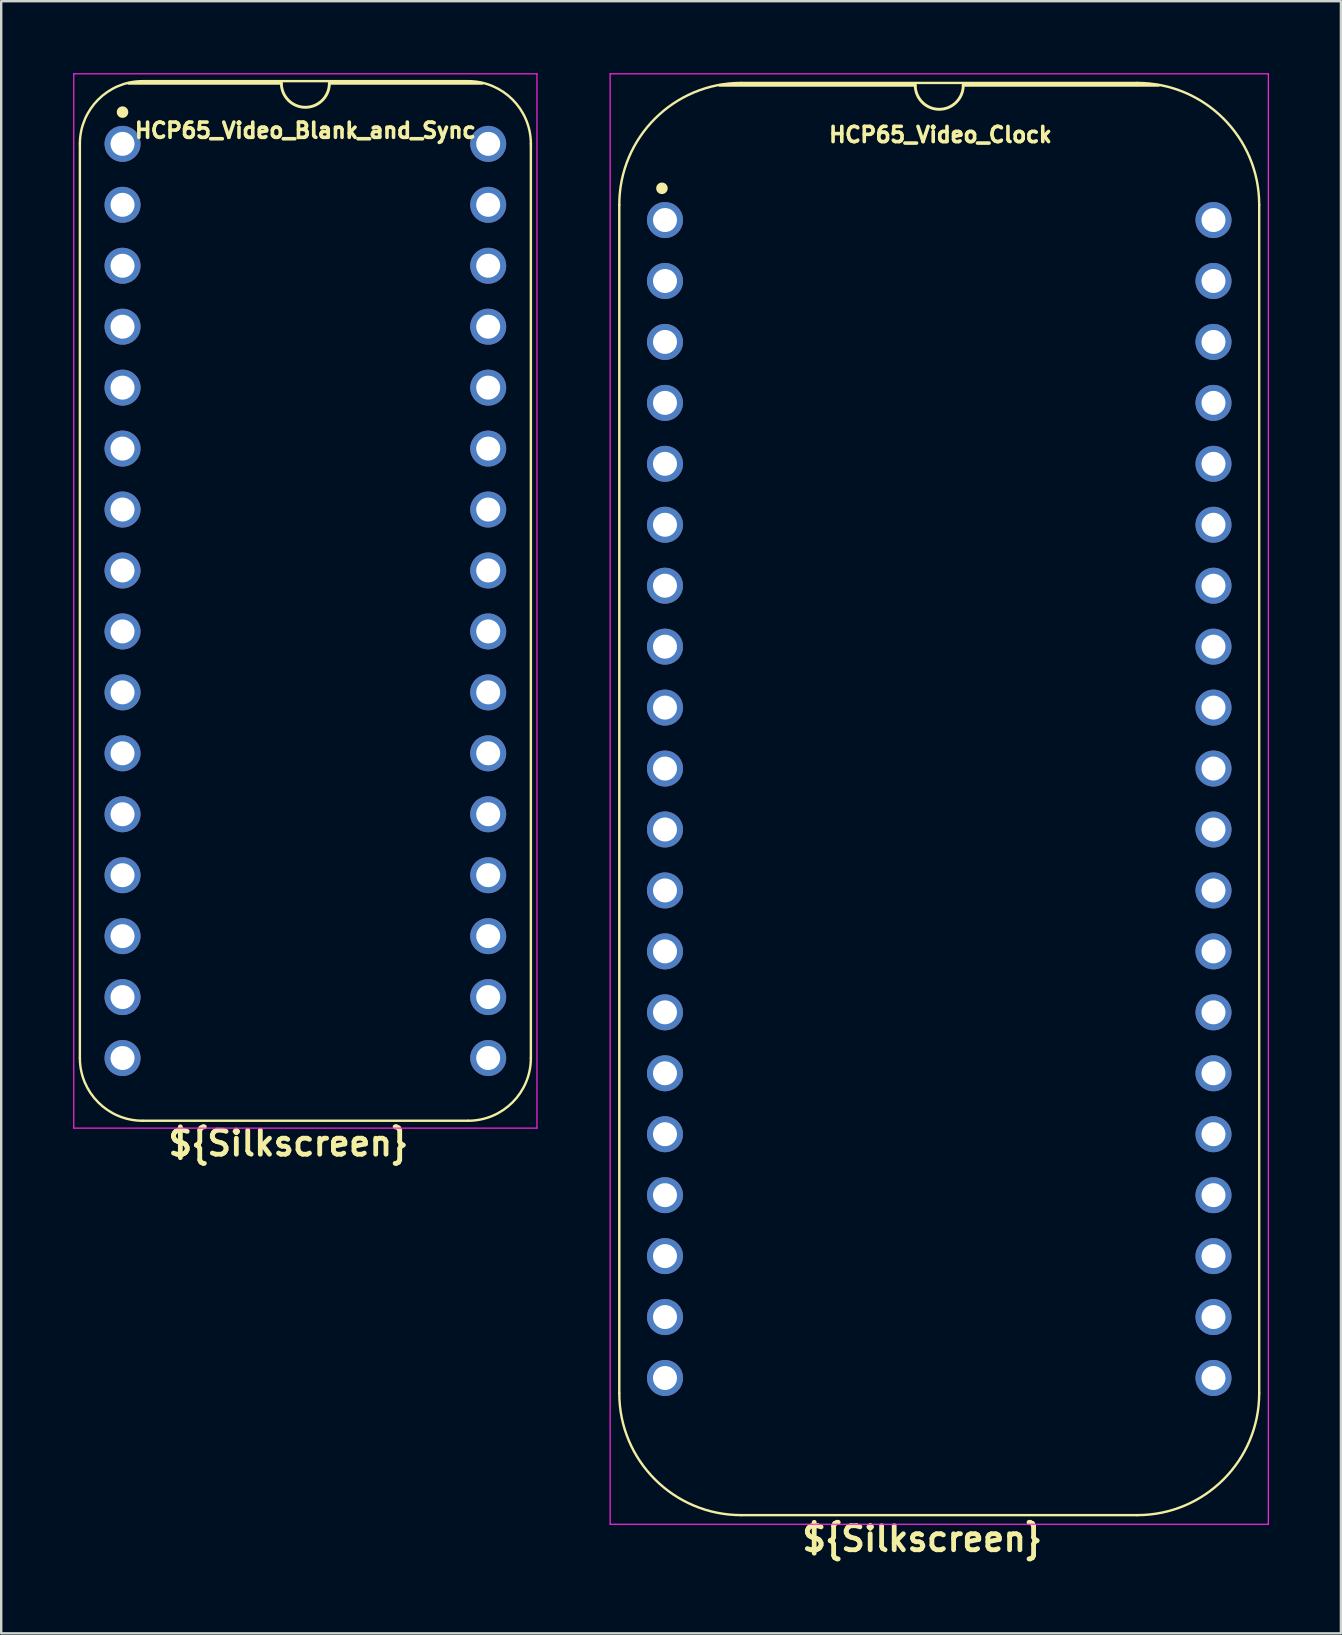
<source format=kicad_pcb>
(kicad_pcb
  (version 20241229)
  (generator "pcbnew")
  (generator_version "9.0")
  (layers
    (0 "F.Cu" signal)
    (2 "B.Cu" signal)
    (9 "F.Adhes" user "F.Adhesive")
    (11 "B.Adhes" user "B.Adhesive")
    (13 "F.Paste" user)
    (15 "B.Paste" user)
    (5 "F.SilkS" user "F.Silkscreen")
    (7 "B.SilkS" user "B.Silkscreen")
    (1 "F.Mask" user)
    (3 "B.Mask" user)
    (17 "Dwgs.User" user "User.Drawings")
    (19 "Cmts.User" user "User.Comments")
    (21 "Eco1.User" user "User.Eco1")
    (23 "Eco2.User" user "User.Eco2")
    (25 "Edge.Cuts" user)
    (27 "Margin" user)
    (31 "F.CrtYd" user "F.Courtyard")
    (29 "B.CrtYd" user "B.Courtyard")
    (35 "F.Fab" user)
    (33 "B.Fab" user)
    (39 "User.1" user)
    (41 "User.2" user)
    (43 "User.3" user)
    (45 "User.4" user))
  (footprint "HCP65_Video_Blank_and_Sync"
    (layer "F.Cu")
    (at 2.057 2.946)
    (property "Reference" "HCP65_Video_Blank_and_Sync" (at 7.62 -0.559 0) (layer "F.SilkS") (effects (font (size 0.635 0.635) (thickness 0.15))))
    (property "Silkscreen" "${Silkscreen}" (at 6.909 41.656 0) (layer "F.SilkS") (effects (font (size 1 1) (thickness 0.2))))
    (attr through_hole)
    (fp_line (start -1.778 38.1) (end -1.778 0) (stroke (width 0.1) (type solid)) (layer "F.SilkS"))
    (fp_line (start 0.836 -2.614) (end 14.404 -2.614) (stroke (width 0.1) (type solid)) (layer "F.SilkS"))
    (fp_line (start 6.62 -2.524) (end 0.254 -2.524) (stroke (width 0.12) (type solid)) (layer "F.SilkS"))
    (fp_line (start 14.404 40.714) (end 0.836 40.714) (stroke (width 0.1) (type solid)) (layer "F.SilkS"))
    (fp_line (start 14.986 -2.524) (end 8.62 -2.524) (stroke (width 0.12) (type solid)) (layer "F.SilkS"))
    (fp_line (start 17.018 38.1) (end 17.018 -0.000001) (stroke (width 0.1) (type solid)) (layer "F.SilkS"))
    (fp_arc (start -1.778 0) (mid -1.012456 -1.848188) (end 0.835732 -2.613732) (stroke (width 0.1) (type solid)) (layer "F.SilkS"))
    (fp_arc (start 0.835733 40.713733) (mid -1.012456 39.948189) (end -1.778 38.1) (stroke (width 0.1) (type solid)) (layer "F.SilkS"))
    (fp_arc (start 8.62 -2.524) (mid 7.62 -1.524) (end 6.62 -2.524) (stroke (width 0.12) (type solid)) (layer "F.SilkS"))
    (fp_arc (start 14.404267 -2.613733) (mid 16.252455 -1.848189) (end 17.017999 -0.000001) (stroke (width 0.1) (type solid)) (layer "F.SilkS"))
    (fp_arc (start 17.018 38.1) (mid 16.252455 39.948187) (end 14.404268 40.713732) (stroke (width 0.1) (type solid)) (layer "F.SilkS"))
    (fp_circle (center 0 -1.323) (end 0.18 -1.323) (stroke (width 0.12) (type solid)) (fill yes) (layer "F.SilkS"))
    (fp_line (start -2.032 -2.921) (end -2.032 41.021) (stroke (width 0.05) (type solid)) (layer "F.CrtYd"))
    (fp_line (start -2.032 -2.921) (end 17.272 -2.921) (stroke (width 0.05) (type solid)) (layer "F.CrtYd"))
    (fp_line (start -2.032 41.021) (end 17.272 41.021) (stroke (width 0.05) (type solid)) (layer "F.CrtYd"))
    (fp_line (start 17.272 -2.921) (end 17.272 41.021) (stroke (width 0.05) (type solid)) (layer "F.CrtYd"))
    (pad "1" thru_hole circle (at 0 0) (size 1.5 1.5) (drill 1) (layers "*.Cu" "*.Mask"))
    (pad "2" thru_hole circle (at 0 2.54) (size 1.5 1.5) (drill 1) (layers "*.Cu" "*.Mask"))
    (pad "3" thru_hole circle (at 0 5.08) (size 1.5 1.5) (drill 1) (layers "*.Cu" "*.Mask"))
    (pad "4" thru_hole circle (at 0 7.62) (size 1.5 1.5) (drill 1) (layers "*.Cu" "*.Mask"))
    (pad "5" thru_hole circle (at 0 10.16) (size 1.5 1.5) (drill 1) (layers "*.Cu" "*.Mask"))
    (pad "6" thru_hole circle (at 0 12.7) (size 1.5 1.5) (drill 1) (layers "*.Cu" "*.Mask"))
    (pad "7" thru_hole circle (at 0 15.24) (size 1.5 1.5) (drill 1) (layers "*.Cu" "*.Mask"))
    (pad "8" thru_hole circle (at 0 17.78) (size 1.5 1.5) (drill 1) (layers "*.Cu" "*.Mask"))
    (pad "9" thru_hole circle (at 0 20.32) (size 1.5 1.5) (drill 1) (layers "*.Cu" "*.Mask"))
    (pad "10" thru_hole circle (at 0 22.86) (size 1.5 1.5) (drill 1) (layers "*.Cu" "*.Mask"))
    (pad "11" thru_hole circle (at 0 25.4) (size 1.5 1.5) (drill 1) (layers "*.Cu" "*.Mask"))
    (pad "12" thru_hole circle (at 0 27.94) (size 1.5 1.5) (drill 1) (layers "*.Cu" "*.Mask"))
    (pad "13" thru_hole circle (at 0 30.48) (size 1.5 1.5) (drill 1) (layers "*.Cu" "*.Mask"))
    (pad "14" thru_hole circle (at 0 33.02) (size 1.5 1.5) (drill 1) (layers "*.Cu" "*.Mask"))
    (pad "15" thru_hole circle (at 0 35.56) (size 1.5 1.5) (drill 1) (layers "*.Cu" "*.Mask"))
    (pad "16" thru_hole circle (at 0 38.1) (size 1.5 1.5) (drill 1) (layers "*.Cu" "*.Mask"))
    (pad "17" thru_hole circle (at 15.24 38.1) (size 1.5 1.5) (drill 1) (layers "*.Cu" "*.Mask"))
    (pad "18" thru_hole circle (at 15.24 35.56) (size 1.5 1.5) (drill 1) (layers "*.Cu" "*.Mask"))
    (pad "19" thru_hole circle (at 15.24 33.02) (size 1.5 1.5) (drill 1) (layers "*.Cu" "*.Mask"))
    (pad "20" thru_hole circle (at 15.24 30.48) (size 1.5 1.5) (drill 1) (layers "*.Cu" "*.Mask"))
    (pad "21" thru_hole circle (at 15.24 27.94) (size 1.5 1.5) (drill 1) (layers "*.Cu" "*.Mask"))
    (pad "22" thru_hole circle (at 15.24 25.4) (size 1.5 1.5) (drill 1) (layers "*.Cu" "*.Mask"))
    (pad "23" thru_hole circle (at 15.24 22.86) (size 1.5 1.5) (drill 1) (layers "*.Cu" "*.Mask"))
    (pad "24" thru_hole circle (at 15.24 20.32) (size 1.5 1.5) (drill 1) (layers "*.Cu" "*.Mask"))
    (pad "25" thru_hole circle (at 15.24 17.78) (size 1.5 1.5) (drill 1) (layers "*.Cu" "*.Mask"))
    (pad "26" thru_hole circle (at 15.24 15.24) (size 1.5 1.5) (drill 1) (layers "*.Cu" "*.Mask"))
    (pad "27" thru_hole circle (at 15.24 12.7) (size 1.5 1.5) (drill 1) (layers "*.Cu" "*.Mask"))
    (pad "28" thru_hole circle (at 15.24 10.16) (size 1.5 1.5) (drill 1) (layers "*.Cu" "*.Mask"))
    (pad "29" thru_hole circle (at 15.24 7.62) (size 1.5 1.5) (drill 1) (layers "*.Cu" "*.Mask"))
    (pad "30" thru_hole circle (at 15.24 5.08) (size 1.5 1.5) (drill 1) (layers "*.Cu" "*.Mask"))
    (pad "31" thru_hole circle (at 15.24 2.54) (size 1.5 1.5) (drill 1) (layers "*.Cu" "*.Mask"))
    (pad "32" thru_hole circle (at 15.24 0) (size 1.5 1.5) (drill 1) (layers "*.Cu" "*.Mask")))
  (footprint "HCP65_Video_Clock"
    (layer "F.Cu")
    (at 24.665 6.121)
    (property "Reference" "HCP65_Video_Clock" (at 11.481 -3.556 0) (layer "F.SilkS") (effects (font (size 0.635 0.635) (thickness 0.15))))
    (property "Silkscreen" "${Silkscreen}" (at 10.719 54.966 0) (layer "F.SilkS") (effects (font (size 1 1) (thickness 0.2))))
    (attr through_hole)
    (fp_line (start -1.905 -0.635) (end -1.905 48.895) (stroke (width 0.1) (type solid)) (layer "F.SilkS"))
    (fp_line (start 10.43 -5.616) (end 2.286 -5.616) (stroke (width 0.12) (type solid)) (layer "F.SilkS"))
    (fp_line (start 19.685 -5.715) (end 3.175 -5.715) (stroke (width 0.1) (type solid)) (layer "F.SilkS"))
    (fp_line (start 19.685 53.975) (end 3.175 53.975) (stroke (width 0.1) (type solid)) (layer "F.SilkS"))
    (fp_line (start 20.574 -5.616) (end 12.43 -5.616) (stroke (width 0.12) (type solid)) (layer "F.SilkS"))
    (fp_line (start 24.765 48.895) (end 24.765 -0.635) (stroke (width 0.1) (type solid)) (layer "F.SilkS"))
    (fp_arc (start -1.905 -0.635) (mid -0.417102 -4.227102) (end 3.175 -5.715) (stroke (width 0.1) (type solid)) (layer "F.SilkS"))
    (fp_arc (start 3.175 53.975) (mid -0.417102 52.487102) (end -1.905 48.895) (stroke (width 0.1) (type solid)) (layer "F.SilkS"))
    (fp_arc (start 12.43 -5.616) (mid 11.43 -4.616) (end 10.43 -5.616) (stroke (width 0.12) (type solid)) (layer "F.SilkS"))
    (fp_arc (start 19.685 -5.715) (mid 23.277102 -4.227102) (end 24.765 -0.635) (stroke (width 0.1) (type solid)) (layer "F.SilkS"))
    (fp_arc (start 24.765 48.895) (mid 23.277102 52.487102) (end 19.685 53.975) (stroke (width 0.1) (type solid)) (layer "F.SilkS"))
    (fp_circle (center -0.127 -1.323) (end 0.053 -1.323) (stroke (width 0.12) (type solid)) (fill yes) (layer "F.SilkS"))
    (fp_line (start -2.286 -6.096) (end -2.286 54.356) (stroke (width 0.05) (type solid)) (layer "F.CrtYd"))
    (fp_line (start -2.286 -6.096) (end 25.146 -6.096) (stroke (width 0.05) (type solid)) (layer "F.CrtYd"))
    (fp_line (start -2.286 54.356) (end 25.146 54.356) (stroke (width 0.05) (type solid)) (layer "F.CrtYd"))
    (fp_line (start 25.146 54.356) (end 25.146 -6.096) (stroke (width 0.05) (type solid)) (layer "F.CrtYd"))
    (pad "1" thru_hole circle (at 0 0) (size 1.5 1.5) (drill 1) (layers "*.Cu" "*.Mask"))
    (pad "2" thru_hole circle (at 0 2.54) (size 1.5 1.5) (drill 1) (layers "*.Cu" "*.Mask"))
    (pad "3" thru_hole circle (at 0 5.08) (size 1.5 1.5) (drill 1) (layers "*.Cu" "*.Mask"))
    (pad "4" thru_hole circle (at 0 7.62) (size 1.5 1.5) (drill 1) (layers "*.Cu" "*.Mask"))
    (pad "5" thru_hole circle (at 0 10.16) (size 1.5 1.5) (drill 1) (layers "*.Cu" "*.Mask"))
    (pad "6" thru_hole circle (at 0 12.7) (size 1.5 1.5) (drill 1) (layers "*.Cu" "*.Mask"))
    (pad "7" thru_hole circle (at 0 15.24) (size 1.5 1.5) (drill 1) (layers "*.Cu" "*.Mask"))
    (pad "8" thru_hole circle (at 0 17.78) (size 1.5 1.5) (drill 1) (layers "*.Cu" "*.Mask"))
    (pad "9" thru_hole circle (at 0 20.32) (size 1.5 1.5) (drill 1) (layers "*.Cu" "*.Mask"))
    (pad "10" thru_hole circle (at 0 22.86) (size 1.5 1.5) (drill 1) (layers "*.Cu" "*.Mask"))
    (pad "11" thru_hole circle (at 0 25.4) (size 1.5 1.5) (drill 1) (layers "*.Cu" "*.Mask"))
    (pad "12" thru_hole circle (at 0 27.94) (size 1.5 1.5) (drill 1) (layers "*.Cu" "*.Mask"))
    (pad "13" thru_hole circle (at 0 30.48) (size 1.5 1.5) (drill 1) (layers "*.Cu" "*.Mask"))
    (pad "14" thru_hole circle (at 0 33.02) (size 1.5 1.5) (drill 1) (layers "*.Cu" "*.Mask"))
    (pad "15" thru_hole circle (at 0 35.56) (size 1.5 1.5) (drill 1) (layers "*.Cu" "*.Mask"))
    (pad "16" thru_hole circle (at 0 38.1) (size 1.5 1.5) (drill 1) (layers "*.Cu" "*.Mask"))
    (pad "17" thru_hole circle (at 0 40.64) (size 1.5 1.5) (drill 1) (layers "*.Cu" "*.Mask"))
    (pad "18" thru_hole circle (at 0 43.18) (size 1.5 1.5) (drill 1) (layers "*.Cu" "*.Mask"))
    (pad "19" thru_hole circle (at 0 45.72) (size 1.5 1.5) (drill 1) (layers "*.Cu" "*.Mask"))
    (pad "20" thru_hole circle (at 0 48.26) (size 1.5 1.5) (drill 1) (layers "*.Cu" "*.Mask"))
    (pad "21" thru_hole circle (at 22.86 48.26) (size 1.5 1.5) (drill 1) (layers "*.Cu" "*.Mask"))
    (pad "22" thru_hole circle (at 22.86 45.72) (size 1.5 1.5) (drill 1) (layers "*.Cu" "*.Mask"))
    (pad "23" thru_hole circle (at 22.86 43.18) (size 1.5 1.5) (drill 1) (layers "*.Cu" "*.Mask"))
    (pad "24" thru_hole circle (at 22.86 40.64) (size 1.5 1.5) (drill 1) (layers "*.Cu" "*.Mask"))
    (pad "25" thru_hole circle (at 22.86 38.1) (size 1.5 1.5) (drill 1) (layers "*.Cu" "*.Mask"))
    (pad "26" thru_hole circle (at 22.86 35.56) (size 1.5 1.5) (drill 1) (layers "*.Cu" "*.Mask"))
    (pad "27" thru_hole circle (at 22.86 33.02) (size 1.5 1.5) (drill 1) (layers "*.Cu" "*.Mask"))
    (pad "28" thru_hole circle (at 22.86 30.48) (size 1.5 1.5) (drill 1) (layers "*.Cu" "*.Mask"))
    (pad "29" thru_hole circle (at 22.86 27.94) (size 1.5 1.5) (drill 1) (layers "*.Cu" "*.Mask"))
    (pad "30" thru_hole circle (at 22.86 25.4) (size 1.5 1.5) (drill 1) (layers "*.Cu" "*.Mask"))
    (pad "31" thru_hole circle (at 22.86 22.86) (size 1.5 1.5) (drill 1) (layers "*.Cu" "*.Mask"))
    (pad "32" thru_hole circle (at 22.86 20.32) (size 1.5 1.5) (drill 1) (layers "*.Cu" "*.Mask"))
    (pad "33" thru_hole circle (at 22.86 17.78) (size 1.5 1.5) (drill 1) (layers "*.Cu" "*.Mask"))
    (pad "34" thru_hole circle (at 22.86 15.24) (size 1.5 1.5) (drill 1) (layers "*.Cu" "*.Mask"))
    (pad "35" thru_hole circle (at 22.86 12.7) (size 1.5 1.5) (drill 1) (layers "*.Cu" "*.Mask"))
    (pad "36" thru_hole circle (at 22.86 10.16) (size 1.5 1.5) (drill 1) (layers "*.Cu" "*.Mask"))
    (pad "37" thru_hole circle (at 22.86 7.62) (size 1.5 1.5) (drill 1) (layers "*.Cu" "*.Mask"))
    (pad "38" thru_hole circle (at 22.86 5.08) (size 1.5 1.5) (drill 1) (layers "*.Cu" "*.Mask"))
    (pad "39" thru_hole circle (at 22.86 2.54) (size 1.5 1.5) (drill 1) (layers "*.Cu" "*.Mask"))
    (pad "40" thru_hole circle (at 22.86 0) (size 1.5 1.5) (drill 1) (layers "*.Cu" "*.Mask")))
  (gr_rect
    (start -3 -3)
    (end 52.836 65.023)
    (stroke (width 0.1) (type default))
    (fill no)
    (layer "Edge.Cuts")))
</source>
